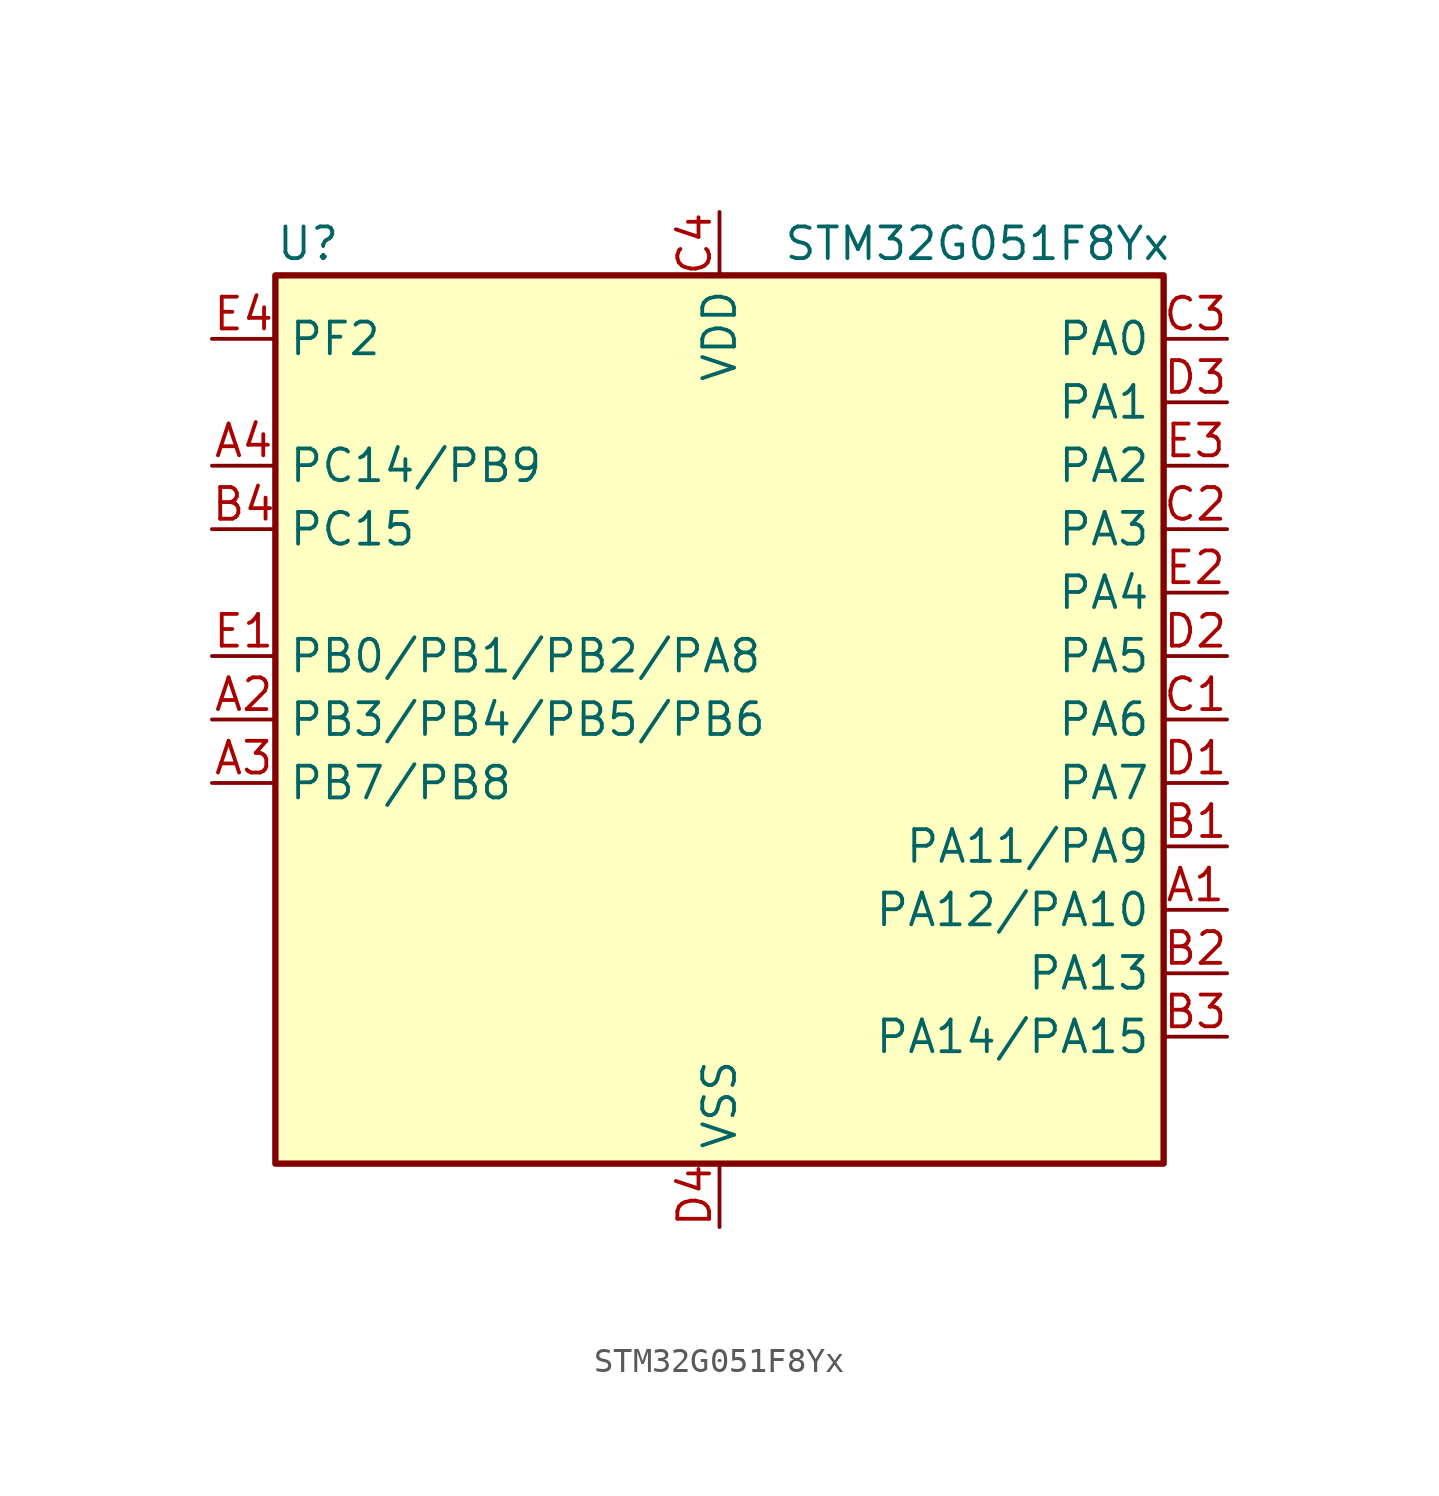
<source format=kicad_sym>
(kicad_symbol_lib
  (version 20231120)
  (generator "kicad_symbol_editor")
  (generator_version "8.0")
  (symbol "STM32G051F8Yx"
    (property "Reference" "U"
      (at -17.78 19.05 0)
      (effects (font (size 1.27 1.27)) (justify left)))
    (property "Value" "STM32G051F8Yx"
      (at 2.54 19.05 0)
      (effects (font (size 1.27 1.27)) (justify left)))
    (property "ki_locked" ""
      (at 0 0 0)
      (effects (font (size 1.27 1.27))))
    (symbol "STM32G051F8Yx_0_1"
      (rectangle (start -17.78 -17.78) (end 17.78 17.78) (stroke (width 0.254) (type default)) (fill (type background))))
    (symbol "STM32G051F8Yx_1_1"
      (pin bidirectional line (at 20.32 -7.62 180) (length 2.54) (name "PA12/PA10" (effects (font (size 1.27 1.27)))) (number "A1" (effects (font (size 1.27 1.27)))) (alternate "ADC1_IN16" bidirectional line) (alternate "COMP2_OUT" bidirectional line) (alternate "I2C2_SDA" bidirectional line) (alternate "I2S1_SD" bidirectional line) (alternate "I2S_CKIN" bidirectional line) (alternate "SPI1_MOSI" bidirectional line) (alternate "TIM1_ETR" bidirectional line) (alternate "USART1_CK" bidirectional line) (alternate "USART1_DE" bidirectional line) (alternate "USART1_RTS" bidirectional line))
      (pin bidirectional line (at -20.32 0 0) (length 2.54) (name "PB3/PB4/PB5/PB6" (effects (font (size 1.27 1.27)))) (number "A2" (effects (font (size 1.27 1.27)))) (alternate "COMP2_INM" bidirectional line) (alternate "I2S1_CK" bidirectional line) (alternate "SPI1_SCK" bidirectional line) (alternate "TIM1_CH2" bidirectional line) (alternate "TIM2_CH2" bidirectional line) (alternate "USART1_CK" bidirectional line) (alternate "USART1_DE" bidirectional line) (alternate "USART1_RTS" bidirectional line))
      (pin bidirectional line (at -20.32 -2.54 0) (length 2.54) (name "PB7/PB8" (effects (font (size 1.27 1.27)))) (number "A3" (effects (font (size 1.27 1.27)))) (alternate "ADC1_IN11" bidirectional line) (alternate "COMP2_INM" bidirectional line) (alternate "I2C1_SDA" bidirectional line) (alternate "LPTIM1_IN2" bidirectional line) (alternate "SPI2_MOSI" bidirectional line) (alternate "SYS_PVD_IN" bidirectional line) (alternate "TIM17_CH1N" bidirectional line) (alternate "USART1_RX" bidirectional line))
      (pin bidirectional line (at -20.32 10.16 0) (length 2.54) (name "PC14/PB9" (effects (font (size 1.27 1.27)))) (number "A4" (effects (font (size 1.27 1.27)))) (alternate "RCC_OSC32_IN" bidirectional line) (alternate "RCC_OSC_IN" bidirectional line) (alternate "TIM1_BK2" bidirectional line))
      (pin bidirectional line (at 20.32 -5.08 180) (length 2.54) (name "PA11/PA9" (effects (font (size 1.27 1.27)))) (number "B1" (effects (font (size 1.27 1.27)))) (alternate "ADC1_EXTI11" bidirectional line) (alternate "ADC1_IN15" bidirectional line) (alternate "COMP1_OUT" bidirectional line) (alternate "I2C2_SCL" bidirectional line) (alternate "I2S1_MCK" bidirectional line) (alternate "SPI1_MISO" bidirectional line) (alternate "TIM1_BK2" bidirectional line) (alternate "TIM1_CH4" bidirectional line) (alternate "USART1_CTS" bidirectional line) (alternate "USART1_NSS" bidirectional line))
      (pin bidirectional line (at 20.32 -10.16 180) (length 2.54) (name "PA13" (effects (font (size 1.27 1.27)))) (number "B2" (effects (font (size 1.27 1.27)))) (alternate "ADC1_IN17" bidirectional line) (alternate "IR_OUT" bidirectional line) (alternate "SYS_SWDIO" bidirectional line))
      (pin bidirectional line (at 20.32 -12.7 180) (length 2.54) (name "PA14/PA15" (effects (font (size 1.27 1.27)))) (number "B3" (effects (font (size 1.27 1.27)))) (alternate "ADC1_IN18" bidirectional line) (alternate "SYS_SWCLK" bidirectional line) (alternate "USART2_TX" bidirectional line))
      (pin bidirectional line (at -20.32 7.62 0) (length 2.54) (name "PC15" (effects (font (size 1.27 1.27)))) (number "B4" (effects (font (size 1.27 1.27)))) (alternate "RCC_OSC32_EN" bidirectional line) (alternate "RCC_OSC32_OUT" bidirectional line) (alternate "RCC_OSC_EN" bidirectional line) (alternate "TIM15_BK" bidirectional line))
      (pin bidirectional line (at 20.32 0 180) (length 2.54) (name "PA6" (effects (font (size 1.27 1.27)))) (number "C1" (effects (font (size 1.27 1.27)))) (alternate "ADC1_IN6" bidirectional line) (alternate "COMP1_OUT" bidirectional line) (alternate "I2S1_MCK" bidirectional line) (alternate "LPUART1_CTS" bidirectional line) (alternate "SPI1_MISO" bidirectional line) (alternate "TIM16_CH1" bidirectional line) (alternate "TIM1_BK" bidirectional line) (alternate "TIM3_CH1" bidirectional line))
      (pin bidirectional line (at 20.32 7.62 180) (length 2.54) (name "PA3" (effects (font (size 1.27 1.27)))) (number "C2" (effects (font (size 1.27 1.27)))) (alternate "ADC1_IN3" bidirectional line) (alternate "COMP2_INP" bidirectional line) (alternate "LPUART1_RX" bidirectional line) (alternate "SPI2_MISO" bidirectional line) (alternate "TIM15_CH2" bidirectional line) (alternate "TIM2_CH4" bidirectional line) (alternate "USART2_RX" bidirectional line))
      (pin bidirectional line (at 20.32 15.24 180) (length 2.54) (name "PA0" (effects (font (size 1.27 1.27)))) (number "C3" (effects (font (size 1.27 1.27)))) (alternate "ADC1_IN0" bidirectional line) (alternate "COMP1_INM" bidirectional line) (alternate "COMP1_OUT" bidirectional line) (alternate "LPTIM1_OUT" bidirectional line) (alternate "RTC_TAMP_IN2" bidirectional line) (alternate "SPI2_SCK" bidirectional line) (alternate "SYS_WKUP1" bidirectional line) (alternate "TIM2_CH1" bidirectional line) (alternate "TIM2_ETR" bidirectional line) (alternate "USART2_CTS" bidirectional line) (alternate "USART2_NSS" bidirectional line))
      (pin power_in line (at 0 20.32 270) (length 2.54) (name "VDD" (effects (font (size 1.27 1.27)))) (number "C4" (effects (font (size 1.27 1.27)))))
      (pin bidirectional line (at 20.32 -2.54 180) (length 2.54) (name "PA7" (effects (font (size 1.27 1.27)))) (number "D1" (effects (font (size 1.27 1.27)))) (alternate "ADC1_IN7" bidirectional line) (alternate "COMP2_OUT" bidirectional line) (alternate "I2S1_SD" bidirectional line) (alternate "SPI1_MOSI" bidirectional line) (alternate "TIM14_CH1" bidirectional line) (alternate "TIM17_CH1" bidirectional line) (alternate "TIM1_CH1N" bidirectional line) (alternate "TIM3_CH2" bidirectional line))
      (pin bidirectional line (at 20.32 2.54 180) (length 2.54) (name "PA5" (effects (font (size 1.27 1.27)))) (number "D2" (effects (font (size 1.27 1.27)))) (alternate "ADC1_IN5" bidirectional line) (alternate "DAC1_OUT2" bidirectional line) (alternate "I2S1_CK" bidirectional line) (alternate "LPTIM2_ETR" bidirectional line) (alternate "SPI1_SCK" bidirectional line) (alternate "TIM2_CH1" bidirectional line) (alternate "TIM2_ETR" bidirectional line))
      (pin bidirectional line (at 20.32 12.7 180) (length 2.54) (name "PA1" (effects (font (size 1.27 1.27)))) (number "D3" (effects (font (size 1.27 1.27)))) (alternate "ADC1_IN1" bidirectional line) (alternate "COMP1_INP" bidirectional line) (alternate "I2C1_SMBA" bidirectional line) (alternate "I2S1_CK" bidirectional line) (alternate "SPI1_SCK" bidirectional line) (alternate "TIM15_CH1N" bidirectional line) (alternate "TIM2_CH2" bidirectional line) (alternate "USART2_CK" bidirectional line) (alternate "USART2_DE" bidirectional line) (alternate "USART2_RTS" bidirectional line))
      (pin power_in line (at 0 -20.32 90) (length 2.54) (name "VSS" (effects (font (size 1.27 1.27)))) (number "D4" (effects (font (size 1.27 1.27)))))
      (pin bidirectional line (at -20.32 2.54 0) (length 2.54) (name "PB0/PB1/PB2/PA8" (effects (font (size 1.27 1.27)))) (number "E1" (effects (font (size 1.27 1.27)))) (alternate "ADC1_IN8" bidirectional line) (alternate "COMP1_OUT" bidirectional line) (alternate "I2S1_WS" bidirectional line) (alternate "LPTIM1_OUT" bidirectional line) (alternate "SPI1_NSS" bidirectional line) (alternate "TIM1_CH2N" bidirectional line) (alternate "TIM3_CH3" bidirectional line))
      (pin bidirectional line (at 20.32 5.08 180) (length 2.54) (name "PA4" (effects (font (size 1.27 1.27)))) (number "E2" (effects (font (size 1.27 1.27)))) (alternate "ADC1_IN4" bidirectional line) (alternate "DAC1_OUT1" bidirectional line) (alternate "I2S1_WS" bidirectional line) (alternate "LPTIM2_OUT" bidirectional line) (alternate "RTC_OUT1" bidirectional line) (alternate "RTC_TAMP_IN1" bidirectional line) (alternate "RTC_TS" bidirectional line) (alternate "SPI1_NSS" bidirectional line) (alternate "SPI2_MOSI" bidirectional line) (alternate "SYS_WKUP2" bidirectional line) (alternate "TIM14_CH1" bidirectional line))
      (pin bidirectional line (at 20.32 10.16 180) (length 2.54) (name "PA2" (effects (font (size 1.27 1.27)))) (number "E3" (effects (font (size 1.27 1.27)))) (alternate "ADC1_IN2" bidirectional line) (alternate "COMP2_INM" bidirectional line) (alternate "COMP2_OUT" bidirectional line) (alternate "I2S1_SD" bidirectional line) (alternate "LPUART1_TX" bidirectional line) (alternate "RCC_LSCO" bidirectional line) (alternate "SPI1_MOSI" bidirectional line) (alternate "SYS_WKUP4" bidirectional line) (alternate "TIM15_CH1" bidirectional line) (alternate "TIM2_CH3" bidirectional line) (alternate "USART2_TX" bidirectional line))
      (pin bidirectional line (at -20.32 15.24 0) (length 2.54) (name "PF2" (effects (font (size 1.27 1.27)))) (number "E4" (effects (font (size 1.27 1.27)))) (alternate "RCC_MCO" bidirectional line)))))
</source>
